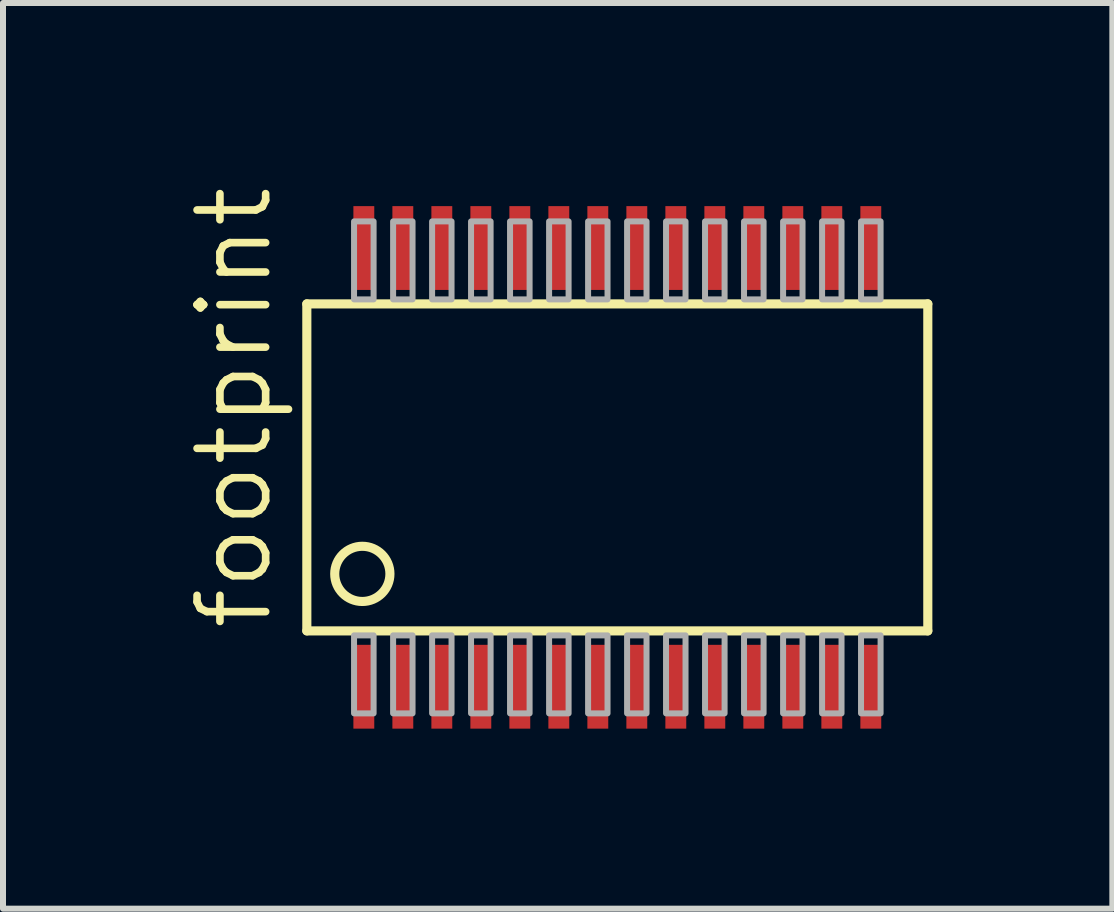
<source format=kicad_pcb>
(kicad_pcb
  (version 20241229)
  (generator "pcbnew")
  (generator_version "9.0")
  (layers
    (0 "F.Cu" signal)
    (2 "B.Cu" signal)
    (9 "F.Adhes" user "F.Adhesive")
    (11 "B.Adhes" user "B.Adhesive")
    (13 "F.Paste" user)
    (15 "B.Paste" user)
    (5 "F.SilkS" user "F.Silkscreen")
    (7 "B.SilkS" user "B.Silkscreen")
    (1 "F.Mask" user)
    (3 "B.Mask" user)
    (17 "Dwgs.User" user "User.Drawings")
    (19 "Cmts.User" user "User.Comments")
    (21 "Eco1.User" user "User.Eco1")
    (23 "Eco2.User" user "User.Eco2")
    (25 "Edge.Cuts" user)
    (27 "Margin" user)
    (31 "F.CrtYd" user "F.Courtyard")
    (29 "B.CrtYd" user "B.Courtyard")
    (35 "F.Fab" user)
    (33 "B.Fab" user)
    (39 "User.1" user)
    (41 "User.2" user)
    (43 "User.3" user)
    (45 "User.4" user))
  (footprint "footprint"
    (layer "F.Cu")
    (at 7.239 4.74)
    (property "Reference" "footprint" (at -5.715 2.76 90) (layer "F.SilkS") (effects (font (size 1.143 1.143) (thickness 0.127)) (justify left bottom)))
    (fp_line (start -5.175 -2.725) (end 5.175 -2.725) (stroke (width 0.152) (type solid)) (layer "F.SilkS"))
    (fp_line (start -5.175 2.725) (end -5.175 -2.725) (stroke (width 0.152) (type solid)) (layer "F.SilkS"))
    (fp_line (start 5.175 -2.725) (end 5.175 2.725) (stroke (width 0.152) (type solid)) (layer "F.SilkS"))
    (fp_line (start 5.175 2.725) (end -5.175 2.725) (stroke (width 0.152) (type solid)) (layer "F.SilkS"))
    (fp_circle (center -4.25 1.775) (end -3.79 1.775) (stroke (width 0.152) (type solid)) (fill no) (layer "F.SilkS"))
    (fp_poly (pts (xy -4.388 -2.8) (xy -4.062 -2.8) (xy -4.062 -4.1) (xy -4.388 -4.1)) (stroke (width 0.1) (type solid)) (fill no) (layer "F.Fab"))
    (fp_poly (pts (xy -4.388 4.1) (xy -4.062 4.1) (xy -4.062 2.8) (xy -4.388 2.8)) (stroke (width 0.1) (type solid)) (fill no) (layer "F.Fab"))
    (fp_poly (pts (xy -3.737 -2.8) (xy -3.413 -2.8) (xy -3.413 -4.1) (xy -3.737 -4.1)) (stroke (width 0.1) (type solid)) (fill no) (layer "F.Fab"))
    (fp_poly (pts (xy -3.737 4.1) (xy -3.413 4.1) (xy -3.413 2.8) (xy -3.737 2.8)) (stroke (width 0.1) (type solid)) (fill no) (layer "F.Fab"))
    (fp_poly (pts (xy -3.087 -2.8) (xy -2.763 -2.8) (xy -2.763 -4.1) (xy -3.087 -4.1)) (stroke (width 0.1) (type solid)) (fill no) (layer "F.Fab"))
    (fp_poly (pts (xy -3.087 4.1) (xy -2.763 4.1) (xy -2.763 2.8) (xy -3.087 2.8)) (stroke (width 0.1) (type solid)) (fill no) (layer "F.Fab"))
    (fp_poly (pts (xy -2.438 -2.8) (xy -2.112 -2.8) (xy -2.112 -4.1) (xy -2.438 -4.1)) (stroke (width 0.1) (type solid)) (fill no) (layer "F.Fab"))
    (fp_poly (pts (xy -2.438 4.1) (xy -2.112 4.1) (xy -2.112 2.8) (xy -2.438 2.8)) (stroke (width 0.1) (type solid)) (fill no) (layer "F.Fab"))
    (fp_poly (pts (xy -1.788 -2.8) (xy -1.462 -2.8) (xy -1.462 -4.1) (xy -1.788 -4.1)) (stroke (width 0.1) (type solid)) (fill no) (layer "F.Fab"))
    (fp_poly (pts (xy -1.788 4.1) (xy -1.462 4.1) (xy -1.462 2.8) (xy -1.788 2.8)) (stroke (width 0.1) (type solid)) (fill no) (layer "F.Fab"))
    (fp_poly (pts (xy -1.137 -2.8) (xy -0.812 -2.8) (xy -0.812 -4.1) (xy -1.137 -4.1)) (stroke (width 0.1) (type solid)) (fill no) (layer "F.Fab"))
    (fp_poly (pts (xy -1.137 4.1) (xy -0.812 4.1) (xy -0.812 2.8) (xy -1.137 2.8)) (stroke (width 0.1) (type solid)) (fill no) (layer "F.Fab"))
    (fp_poly (pts (xy -0.487 -2.8) (xy -0.163 -2.8) (xy -0.163 -4.1) (xy -0.487 -4.1)) (stroke (width 0.1) (type solid)) (fill no) (layer "F.Fab"))
    (fp_poly (pts (xy -0.487 4.1) (xy -0.163 4.1) (xy -0.163 2.8) (xy -0.487 2.8)) (stroke (width 0.1) (type solid)) (fill no) (layer "F.Fab"))
    (fp_poly (pts (xy 0.163 -2.8) (xy 0.487 -2.8) (xy 0.487 -4.1) (xy 0.163 -4.1)) (stroke (width 0.1) (type solid)) (fill no) (layer "F.Fab"))
    (fp_poly (pts (xy 0.163 4.1) (xy 0.487 4.1) (xy 0.487 2.8) (xy 0.163 2.8)) (stroke (width 0.1) (type solid)) (fill no) (layer "F.Fab"))
    (fp_poly (pts (xy 0.812 -2.8) (xy 1.137 -2.8) (xy 1.137 -4.1) (xy 0.812 -4.1)) (stroke (width 0.1) (type solid)) (fill no) (layer "F.Fab"))
    (fp_poly (pts (xy 0.812 4.1) (xy 1.137 4.1) (xy 1.137 2.8) (xy 0.812 2.8)) (stroke (width 0.1) (type solid)) (fill no) (layer "F.Fab"))
    (fp_poly (pts (xy 1.462 -2.8) (xy 1.788 -2.8) (xy 1.788 -4.1) (xy 1.462 -4.1)) (stroke (width 0.1) (type solid)) (fill no) (layer "F.Fab"))
    (fp_poly (pts (xy 1.462 4.1) (xy 1.788 4.1) (xy 1.788 2.8) (xy 1.462 2.8)) (stroke (width 0.1) (type solid)) (fill no) (layer "F.Fab"))
    (fp_poly (pts (xy 2.112 -2.8) (xy 2.438 -2.8) (xy 2.438 -4.1) (xy 2.112 -4.1)) (stroke (width 0.1) (type solid)) (fill no) (layer "F.Fab"))
    (fp_poly (pts (xy 2.112 4.1) (xy 2.438 4.1) (xy 2.438 2.8) (xy 2.112 2.8)) (stroke (width 0.1) (type solid)) (fill no) (layer "F.Fab"))
    (fp_poly (pts (xy 2.763 -2.8) (xy 3.087 -2.8) (xy 3.087 -4.1) (xy 2.763 -4.1)) (stroke (width 0.1) (type solid)) (fill no) (layer "F.Fab"))
    (fp_poly (pts (xy 2.763 4.1) (xy 3.087 4.1) (xy 3.087 2.8) (xy 2.763 2.8)) (stroke (width 0.1) (type solid)) (fill no) (layer "F.Fab"))
    (fp_poly (pts (xy 3.413 -2.8) (xy 3.737 -2.8) (xy 3.737 -4.1) (xy 3.413 -4.1)) (stroke (width 0.1) (type solid)) (fill no) (layer "F.Fab"))
    (fp_poly (pts (xy 3.413 4.1) (xy 3.737 4.1) (xy 3.737 2.8) (xy 3.413 2.8)) (stroke (width 0.1) (type solid)) (fill no) (layer "F.Fab"))
    (fp_poly (pts (xy 4.062 -2.8) (xy 4.388 -2.8) (xy 4.388 -4.1) (xy 4.062 -4.1)) (stroke (width 0.1) (type solid)) (fill no) (layer "F.Fab"))
    (fp_poly (pts (xy 4.062 4.1) (xy 4.388 4.1) (xy 4.388 2.8) (xy 4.062 2.8)) (stroke (width 0.1) (type solid)) (fill no) (layer "F.Fab"))
    (pad "1" smd rect (at -4.225 3.656) (size 0.348 1.397) (layers "F.Cu" "F.Mask" "F.Paste"))
    (pad "2" smd rect (at -3.575 3.656) (size 0.348 1.397) (layers "F.Cu" "F.Mask" "F.Paste"))
    (pad "3" smd rect (at -2.925 3.656) (size 0.348 1.397) (layers "F.Cu" "F.Mask" "F.Paste"))
    (pad "4" smd rect (at -2.275 3.656) (size 0.348 1.397) (layers "F.Cu" "F.Mask" "F.Paste"))
    (pad "5" smd rect (at -1.625 3.656) (size 0.348 1.397) (layers "F.Cu" "F.Mask" "F.Paste"))
    (pad "6" smd rect (at -0.975 3.656) (size 0.348 1.397) (layers "F.Cu" "F.Mask" "F.Paste"))
    (pad "7" smd rect (at -0.325 3.656) (size 0.348 1.397) (layers "F.Cu" "F.Mask" "F.Paste"))
    (pad "8" smd rect (at 0.325 3.656) (size 0.348 1.397) (layers "F.Cu" "F.Mask" "F.Paste"))
    (pad "9" smd rect (at 0.975 3.656) (size 0.348 1.397) (layers "F.Cu" "F.Mask" "F.Paste"))
    (pad "10" smd rect (at 1.625 3.656) (size 0.348 1.397) (layers "F.Cu" "F.Mask" "F.Paste"))
    (pad "11" smd rect (at 2.275 3.656) (size 0.348 1.397) (layers "F.Cu" "F.Mask" "F.Paste"))
    (pad "12" smd rect (at 2.925 3.656) (size 0.348 1.397) (layers "F.Cu" "F.Mask" "F.Paste"))
    (pad "13" smd rect (at 3.575 3.656) (size 0.348 1.397) (layers "F.Cu" "F.Mask" "F.Paste"))
    (pad "14" smd rect (at 4.225 3.656) (size 0.348 1.397) (layers "F.Cu" "F.Mask" "F.Paste"))
    (pad "15" smd rect (at 4.225 -3.656) (size 0.348 1.397) (layers "F.Cu" "F.Mask" "F.Paste"))
    (pad "16" smd rect (at 3.575 -3.656) (size 0.348 1.397) (layers "F.Cu" "F.Mask" "F.Paste"))
    (pad "17" smd rect (at 2.925 -3.656) (size 0.348 1.397) (layers "F.Cu" "F.Mask" "F.Paste"))
    (pad "18" smd rect (at 2.275 -3.656) (size 0.348 1.397) (layers "F.Cu" "F.Mask" "F.Paste"))
    (pad "19" smd rect (at 1.625 -3.656) (size 0.348 1.397) (layers "F.Cu" "F.Mask" "F.Paste"))
    (pad "20" smd rect (at 0.975 -3.656) (size 0.348 1.397) (layers "F.Cu" "F.Mask" "F.Paste"))
    (pad "21" smd rect (at 0.325 -3.656) (size 0.348 1.397) (layers "F.Cu" "F.Mask" "F.Paste"))
    (pad "22" smd rect (at -0.325 -3.656) (size 0.348 1.397) (layers "F.Cu" "F.Mask" "F.Paste"))
    (pad "23" smd rect (at -0.975 -3.656) (size 0.348 1.397) (layers "F.Cu" "F.Mask" "F.Paste"))
    (pad "24" smd rect (at -1.625 -3.656) (size 0.348 1.397) (layers "F.Cu" "F.Mask" "F.Paste"))
    (pad "25" smd rect (at -2.275 -3.656) (size 0.348 1.397) (layers "F.Cu" "F.Mask" "F.Paste"))
    (pad "26" smd rect (at -2.925 -3.656) (size 0.348 1.397) (layers "F.Cu" "F.Mask" "F.Paste"))
    (pad "27" smd rect (at -3.575 -3.656) (size 0.348 1.397) (layers "F.Cu" "F.Mask" "F.Paste"))
    (pad "28" smd rect (at -4.225 -3.656) (size 0.348 1.397) (layers "F.Cu" "F.Mask" "F.Paste")))
  (gr_rect
    (start -3 -3)
    (end 15.49 12.095)
    (stroke (width 0.1) (type default))
    (fill no)
    (layer "Edge.Cuts")))
</source>
